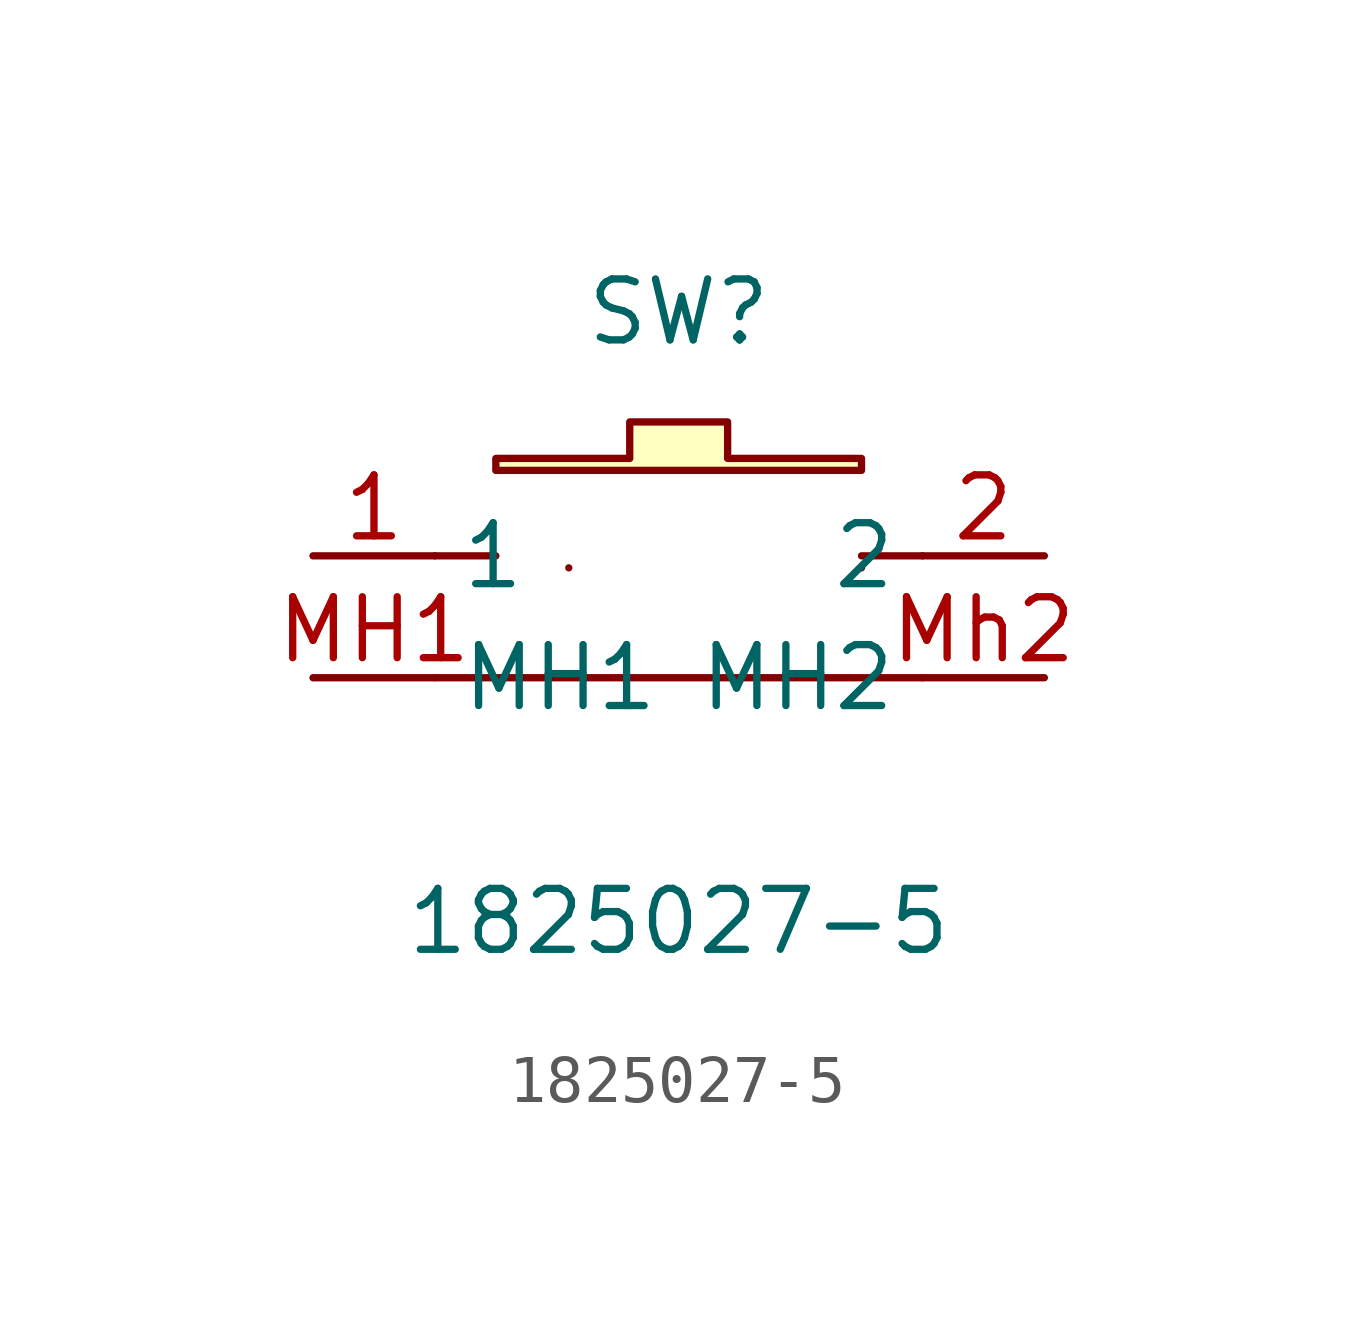
<source format=kicad_sym>
(kicad_symbol_lib
  (version 20211014)
  (generator https://github.com/uPesy/easyeda2kicad.py)
  (symbol "1825027-5"
    (property "Reference" "SW"
      (at 0 5.08 0)
      (effects (font (size 1.27 1.27))))
    (property "Value" "1825027-5"
      (at 0 -7.62 0)
      (effects (font (size 1.27 1.27))))
    (symbol "1825027-5_0_1"
      (arc (start -2.29 -0.25) (mid -2.29 -0.18) (end -2.29 -0.25) (stroke (width 0) (type default) (color 0 0 0 0)) (fill (type none)))
      (arc (start 3.81 -0.25) (mid 3.81 -0.18) (end 3.81 -0.25) (stroke (width 0) (type default) (color 0 0 0 0)) (fill (type none)))
      (polyline (pts (xy -5.08 -0.00) (xy -3.81 -0.00)) (stroke (width 0) (type default) (color 0 0 0 0)) (fill (type none)))
      (polyline (pts (xy -5.08 -2.54) (xy 5.08 -2.54)) (stroke (width 0) (type default) (color 0 0 0 0)) (fill (type none)))
      (polyline (pts (xy 5.08 -0.00) (xy 3.81 -0.00)) (stroke (width 0) (type default) (color 0 0 0 0)) (fill (type none)))
      (polyline (pts (xy -3.81 2.03) (xy -3.81 1.78) (xy 3.81 1.78) (xy 3.81 2.03) (xy 1.02 2.03) (xy 1.02 2.79) (xy -1.02 2.79) (xy -1.02 2.03) (xy -3.81 2.03)) (stroke (width 0) (type default) (color 0 0 0 0)) (fill (type background)))
      (pin input line (at -7.62 -0.00 0) (length 2.54) (name "1" (effects (font (size 1.27 1.27)))) (number "1" (effects (font (size 1.27 1.27)))))
      (pin input line (at -7.62 -2.54 0) (length 2.54) (name "MH1" (effects (font (size 1.27 1.27)))) (number "MH1" (effects (font (size 1.27 1.27)))))
      (pin input line (at 7.62 -0.00 180) (length 2.54) (name "2" (effects (font (size 1.27 1.27)))) (number "2" (effects (font (size 1.27 1.27)))))
      (pin input line (at 7.62 -2.54 180) (length 2.54) (name "MH2" (effects (font (size 1.27 1.27)))) (number "Mh2" (effects (font (size 1.27 1.27))))))))
</source>
